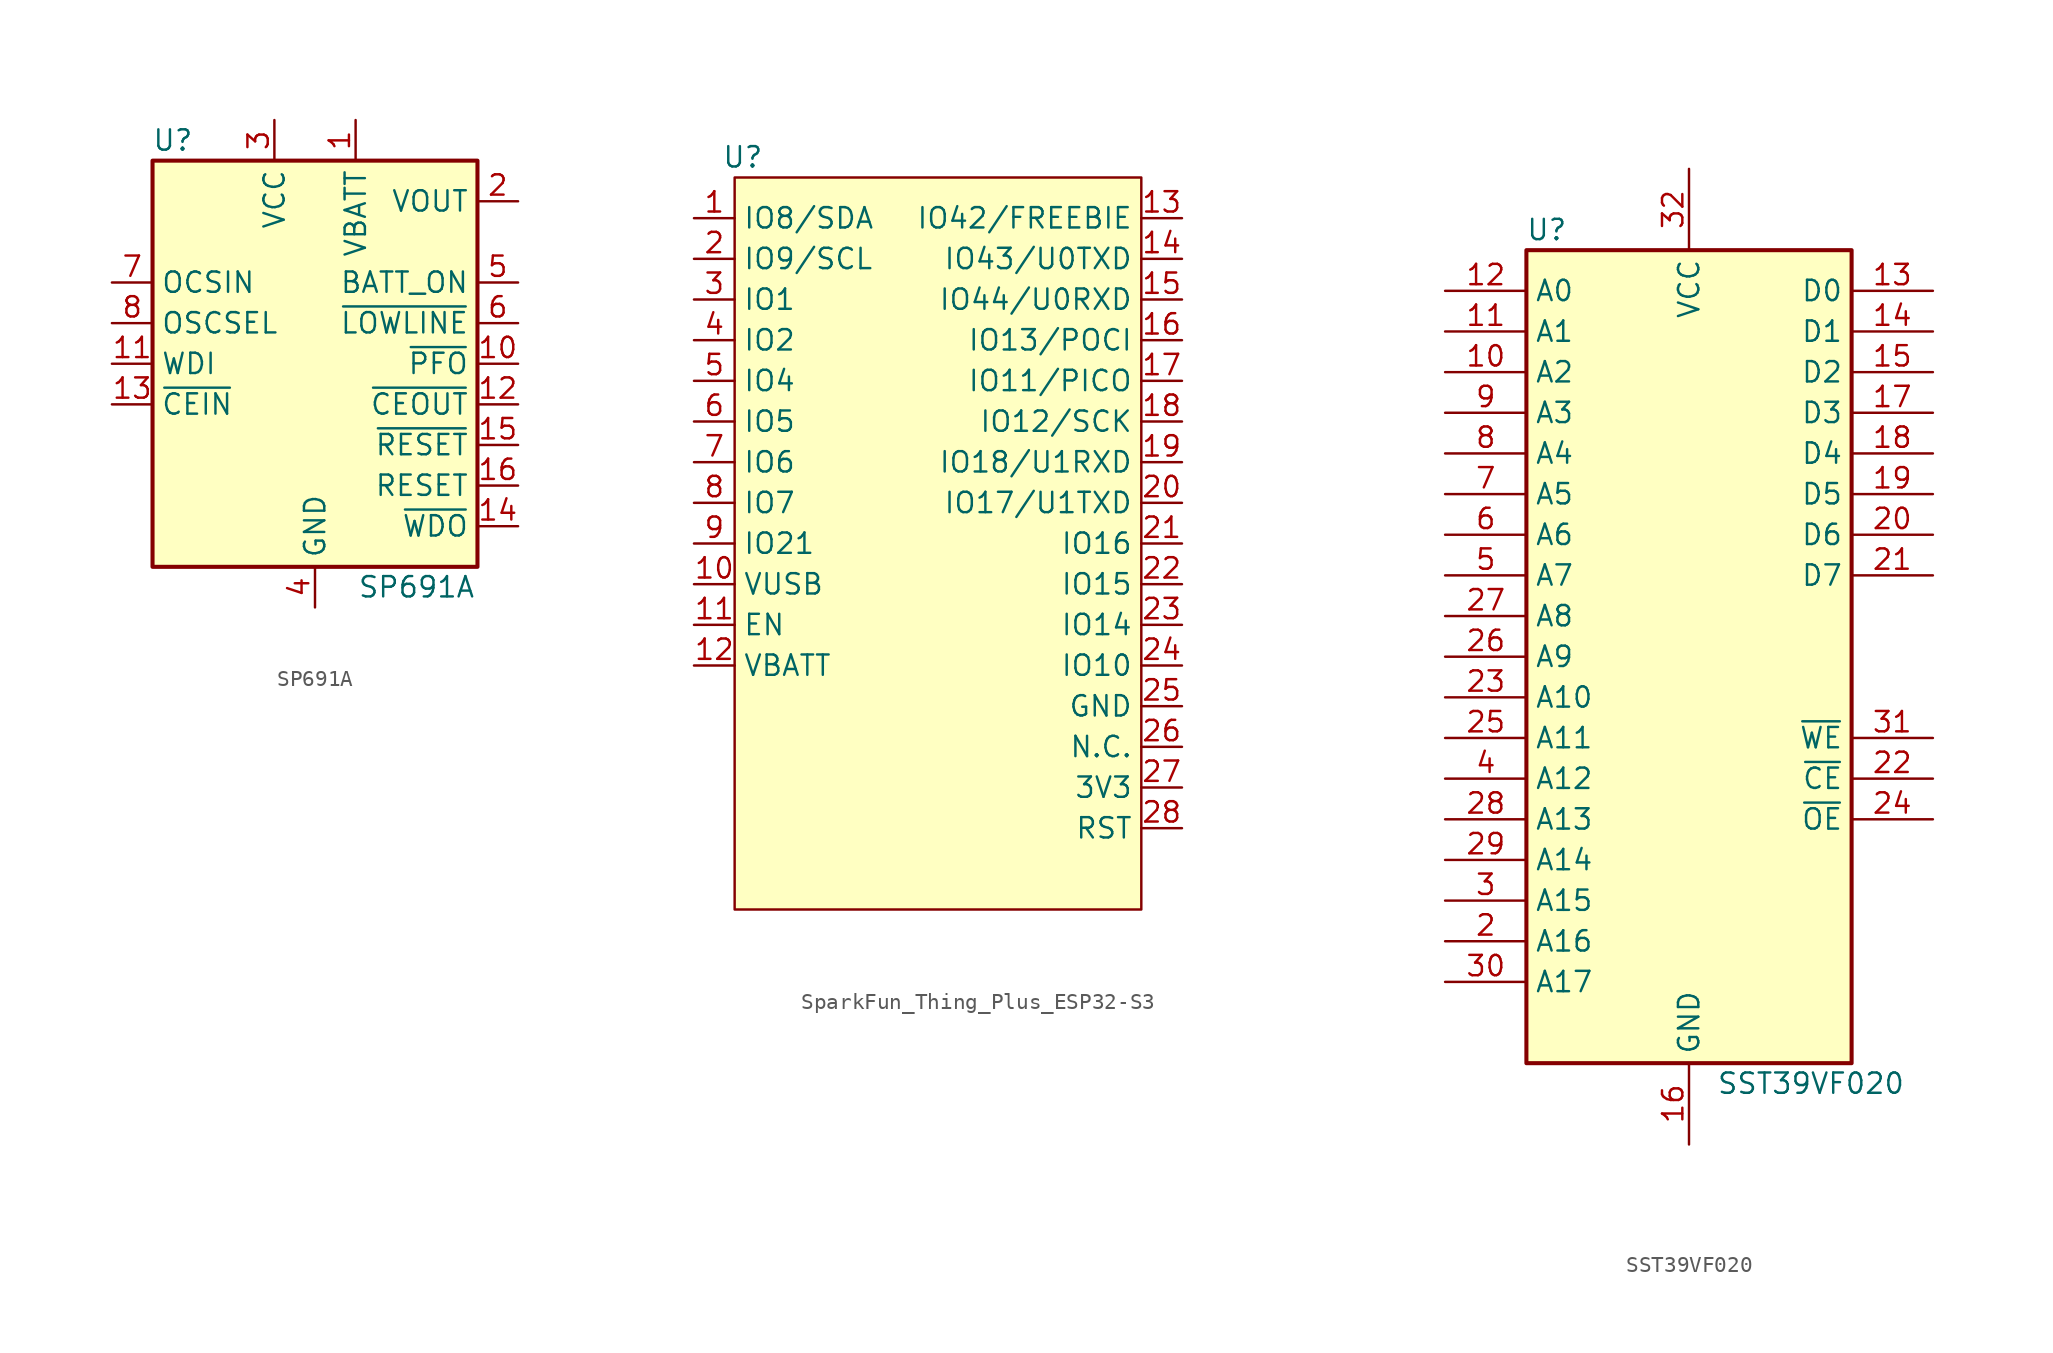
<source format=kicad_sym>
(kicad_symbol_lib
  (version 20231120)
  (generator "kicad_symbol_editor")
  (generator_version "8.0")
  (symbol "SP691A"
    (property "Reference" "U"
      (at -8.89 13.97 0)
      (effects (font (size 1.27 1.27))))
    (property "Value" "SP691A"
      (at 6.35 -13.97 0)
      (effects (font (size 1.27 1.27))))
    (symbol "SP691A_1_1"
      (rectangle (start -10.16 -12.7) (end 10.16 12.7) (stroke (width 0.254) (type default)) (fill (type background)))
      (pin power_in line (at 2.54 15.24 270) (length 2.54) (name "VBATT" (effects (font (size 1.27 1.27)))) (number "1" (effects (font (size 1.27 1.27)))))
      (pin output line (at 12.7 0 180) (length 2.54) (name "~{PFO}" (effects (font (size 1.27 1.27)))) (number "10" (effects (font (size 1.27 1.27)))))
      (pin input line (at -12.7 0 0) (length 2.54) (name "WDI" (effects (font (size 1.27 1.27)))) (number "11" (effects (font (size 1.27 1.27)))))
      (pin output line (at 12.7 -2.54 180) (length 2.54) (name "~{CEOUT}" (effects (font (size 1.27 1.27)))) (number "12" (effects (font (size 1.27 1.27)))))
      (pin input line (at -12.7 -2.54 0) (length 2.54) (name "~{CEIN}" (effects (font (size 1.27 1.27)))) (number "13" (effects (font (size 1.27 1.27)))))
      (pin output line (at 12.7 -10.16 180) (length 2.54) (name "~{WDO}" (effects (font (size 1.27 1.27)))) (number "14" (effects (font (size 1.27 1.27)))))
      (pin output line (at 12.7 -5.08 180) (length 2.54) (name "~{RESET}" (effects (font (size 1.27 1.27)))) (number "15" (effects (font (size 1.27 1.27)))))
      (pin open_collector line (at 12.7 -7.62 180) (length 2.54) (name "RESET" (effects (font (size 1.27 1.27)))) (number "16" (effects (font (size 1.27 1.27)))))
      (pin power_out line (at 12.7 10.16 180) (length 2.54) (name "VOUT" (effects (font (size 1.27 1.27)))) (number "2" (effects (font (size 1.27 1.27)))))
      (pin power_in line (at -2.54 15.24 270) (length 2.54) (name "VCC" (effects (font (size 1.27 1.27)))) (number "3" (effects (font (size 1.27 1.27)))))
      (pin power_in line (at 0 -15.24 90) (length 2.54) (name "GND" (effects (font (size 1.27 1.27)))) (number "4" (effects (font (size 1.27 1.27)))))
      (pin output line (at 12.7 5.08 180) (length 2.54) (name "BATT_ON" (effects (font (size 1.27 1.27)))) (number "5" (effects (font (size 1.27 1.27)))))
      (pin output line (at 12.7 2.54 180) (length 2.54) (name "~{LOWLINE}" (effects (font (size 1.27 1.27)))) (number "6" (effects (font (size 1.27 1.27)))))
      (pin input line (at -12.7 5.08 0) (length 2.54) (name "OCSIN" (effects (font (size 1.27 1.27)))) (number "7" (effects (font (size 1.27 1.27)))))
      (pin input line (at -12.7 2.54 0) (length 2.54) (name "OSCSEL" (effects (font (size 1.27 1.27)))) (number "8" (effects (font (size 1.27 1.27)))))))
  (symbol "SparkFun_Thing_Plus_ESP32-S3"
    (property "Reference" "U"
      (at -12.192 24.13 0)
      (effects (font (size 1.27 1.27))))
    (property "Value" ""
      (at 20.32 11.43 0)
      (effects (font (size 1.27 1.27))))
    (symbol "SparkFun_Thing_Plus_ESP32-S3_1_1"
      (rectangle (start -12.7 22.86) (end 12.7 -22.86) (stroke (width 0) (type default)) (fill (type background)))
      (pin bidirectional line (at -15.24 20.32 0) (length 2.54) (name "IO8/SDA" (effects (font (size 1.27 1.27)))) (number "1" (effects (font (size 1.27 1.27)))))
      (pin power_out line (at -15.24 -2.54 0) (length 2.54) (name "VUSB" (effects (font (size 1.27 1.27)))) (number "10" (effects (font (size 1.27 1.27)))))
      (pin input line (at -15.24 -5.08 0) (length 2.54) (name "EN" (effects (font (size 1.27 1.27)))) (number "11" (effects (font (size 1.27 1.27)))))
      (pin power_in line (at -15.24 -7.62 0) (length 2.54) (name "VBATT" (effects (font (size 1.27 1.27)))) (number "12" (effects (font (size 1.27 1.27)))))
      (pin bidirectional line (at 15.24 20.32 180) (length 2.54) (name "IO42/FREEBIE" (effects (font (size 1.27 1.27)))) (number "13" (effects (font (size 1.27 1.27)))))
      (pin bidirectional line (at 15.24 17.78 180) (length 2.54) (name "IO43/U0TXD" (effects (font (size 1.27 1.27)))) (number "14" (effects (font (size 1.27 1.27)))))
      (pin bidirectional line (at 15.24 15.24 180) (length 2.54) (name "IO44/U0RXD" (effects (font (size 1.27 1.27)))) (number "15" (effects (font (size 1.27 1.27)))))
      (pin bidirectional line (at 15.24 12.7 180) (length 2.54) (name "IO13/POCI" (effects (font (size 1.27 1.27)))) (number "16" (effects (font (size 1.27 1.27)))))
      (pin bidirectional line (at 15.24 10.16 180) (length 2.54) (name "IO11/PICO" (effects (font (size 1.27 1.27)))) (number "17" (effects (font (size 1.27 1.27)))))
      (pin bidirectional line (at 15.24 7.62 180) (length 2.54) (name "IO12/SCK" (effects (font (size 1.27 1.27)))) (number "18" (effects (font (size 1.27 1.27)))))
      (pin bidirectional line (at 15.24 5.08 180) (length 2.54) (name "IO18/U1RXD" (effects (font (size 1.27 1.27)))) (number "19" (effects (font (size 1.27 1.27)))))
      (pin bidirectional line (at -15.24 17.78 0) (length 2.54) (name "IO9/SCL" (effects (font (size 1.27 1.27)))) (number "2" (effects (font (size 1.27 1.27)))))
      (pin bidirectional line (at 15.24 2.54 180) (length 2.54) (name "IO17/U1TXD" (effects (font (size 1.27 1.27)))) (number "20" (effects (font (size 1.27 1.27)))))
      (pin bidirectional line (at 15.24 0 180) (length 2.54) (name "IO16" (effects (font (size 1.27 1.27)))) (number "21" (effects (font (size 1.27 1.27)))))
      (pin bidirectional line (at 15.24 -2.54 180) (length 2.54) (name "IO15" (effects (font (size 1.27 1.27)))) (number "22" (effects (font (size 1.27 1.27)))))
      (pin bidirectional line (at 15.24 -5.08 180) (length 2.54) (name "IO14" (effects (font (size 1.27 1.27)))) (number "23" (effects (font (size 1.27 1.27)))))
      (pin bidirectional line (at 15.24 -7.62 180) (length 2.54) (name "IO10" (effects (font (size 1.27 1.27)))) (number "24" (effects (font (size 1.27 1.27)))))
      (pin power_out line (at 15.24 -10.16 180) (length 2.54) (name "GND" (effects (font (size 1.27 1.27)))) (number "25" (effects (font (size 1.27 1.27)))))
      (pin passive line (at 15.24 -12.7 180) (length 2.54) (name "N.C." (effects (font (size 1.27 1.27)))) (number "26" (effects (font (size 1.27 1.27)))))
      (pin power_out line (at 15.24 -15.24 180) (length 2.54) (name "3V3" (effects (font (size 1.27 1.27)))) (number "27" (effects (font (size 1.27 1.27)))))
      (pin input line (at 15.24 -17.78 180) (length 2.54) (name "RST" (effects (font (size 1.27 1.27)))) (number "28" (effects (font (size 1.27 1.27)))))
      (pin bidirectional line (at -15.24 15.24 0) (length 2.54) (name "IO1" (effects (font (size 1.27 1.27)))) (number "3" (effects (font (size 1.27 1.27)))))
      (pin bidirectional line (at -15.24 12.7 0) (length 2.54) (name "IO2" (effects (font (size 1.27 1.27)))) (number "4" (effects (font (size 1.27 1.27)))))
      (pin bidirectional line (at -15.24 10.16 0) (length 2.54) (name "IO4" (effects (font (size 1.27 1.27)))) (number "5" (effects (font (size 1.27 1.27)))))
      (pin bidirectional line (at -15.24 7.62 0) (length 2.54) (name "IO5" (effects (font (size 1.27 1.27)))) (number "6" (effects (font (size 1.27 1.27)))))
      (pin bidirectional line (at -15.24 5.08 0) (length 2.54) (name "IO6" (effects (font (size 1.27 1.27)))) (number "7" (effects (font (size 1.27 1.27)))))
      (pin bidirectional line (at -15.24 2.54 0) (length 2.54) (name "IO7" (effects (font (size 1.27 1.27)))) (number "8" (effects (font (size 1.27 1.27)))))
      (pin bidirectional line (at -15.24 0 0) (length 2.54) (name "IO21" (effects (font (size 1.27 1.27)))) (number "9" (effects (font (size 1.27 1.27)))))))
  (symbol "SST39VF020"
    (property "Reference" "U"
      (at -8.89 26.67 0)
      (effects (font (size 1.27 1.27))))
    (property "Value" "SST39VF020"
      (at 7.62 -26.67 0)
      (effects (font (size 1.27 1.27))))
    (symbol "SST39VF020_0_0"
      (pin power_in line (at 0 -30.48 90) (length 5.08) (name "GND" (effects (font (size 1.27 1.27)))) (number "16" (effects (font (size 1.27 1.27)))))
      (pin power_in line (at 0 30.48 270) (length 5.08) (name "VCC" (effects (font (size 1.27 1.27)))) (number "32" (effects (font (size 1.27 1.27))))))
    (symbol "SST39VF020_0_1"
      (rectangle (start -10.16 25.4) (end 10.16 -25.4) (stroke (width 0.254) (type default)) (fill (type background))))
    (symbol "SST39VF020_1_1"
      (pin no_connect line (at -15.24 -22.86 0) (length 5.08) hide (name "NC" (effects (font (size 1.27 1.27)))) (number "1" (effects (font (size 1.27 1.27)))))
      (pin input line (at -15.24 17.78 0) (length 5.08) (name "A2" (effects (font (size 1.27 1.27)))) (number "10" (effects (font (size 1.27 1.27)))))
      (pin input line (at -15.24 20.32 0) (length 5.08) (name "A1" (effects (font (size 1.27 1.27)))) (number "11" (effects (font (size 1.27 1.27)))))
      (pin input line (at -15.24 22.86 0) (length 5.08) (name "A0" (effects (font (size 1.27 1.27)))) (number "12" (effects (font (size 1.27 1.27)))))
      (pin tri_state line (at 15.24 22.86 180) (length 5.08) (name "D0" (effects (font (size 1.27 1.27)))) (number "13" (effects (font (size 1.27 1.27)))))
      (pin tri_state line (at 15.24 20.32 180) (length 5.08) (name "D1" (effects (font (size 1.27 1.27)))) (number "14" (effects (font (size 1.27 1.27)))))
      (pin tri_state line (at 15.24 17.78 180) (length 5.08) (name "D2" (effects (font (size 1.27 1.27)))) (number "15" (effects (font (size 1.27 1.27)))))
      (pin tri_state line (at 15.24 15.24 180) (length 5.08) (name "D3" (effects (font (size 1.27 1.27)))) (number "17" (effects (font (size 1.27 1.27)))))
      (pin tri_state line (at 15.24 12.7 180) (length 5.08) (name "D4" (effects (font (size 1.27 1.27)))) (number "18" (effects (font (size 1.27 1.27)))))
      (pin tri_state line (at 15.24 10.16 180) (length 5.08) (name "D5" (effects (font (size 1.27 1.27)))) (number "19" (effects (font (size 1.27 1.27)))))
      (pin input line (at -15.24 -17.78 0) (length 5.08) (name "A16" (effects (font (size 1.27 1.27)))) (number "2" (effects (font (size 1.27 1.27)))))
      (pin tri_state line (at 15.24 7.62 180) (length 5.08) (name "D6" (effects (font (size 1.27 1.27)))) (number "20" (effects (font (size 1.27 1.27)))))
      (pin tri_state line (at 15.24 5.08 180) (length 5.08) (name "D7" (effects (font (size 1.27 1.27)))) (number "21" (effects (font (size 1.27 1.27)))))
      (pin input line (at 15.24 -7.62 180) (length 5.08) (name "~{CE}" (effects (font (size 1.27 1.27)))) (number "22" (effects (font (size 1.27 1.27)))))
      (pin input line (at -15.24 -2.54 0) (length 5.08) (name "A10" (effects (font (size 1.27 1.27)))) (number "23" (effects (font (size 1.27 1.27)))))
      (pin input line (at 15.24 -10.16 180) (length 5.08) (name "~{OE}" (effects (font (size 1.27 1.27)))) (number "24" (effects (font (size 1.27 1.27)))))
      (pin input line (at -15.24 -5.08 0) (length 5.08) (name "A11" (effects (font (size 1.27 1.27)))) (number "25" (effects (font (size 1.27 1.27)))))
      (pin input line (at -15.24 0 0) (length 5.08) (name "A9" (effects (font (size 1.27 1.27)))) (number "26" (effects (font (size 1.27 1.27)))))
      (pin input line (at -15.24 2.54 0) (length 5.08) (name "A8" (effects (font (size 1.27 1.27)))) (number "27" (effects (font (size 1.27 1.27)))))
      (pin input line (at -15.24 -10.16 0) (length 5.08) (name "A13" (effects (font (size 1.27 1.27)))) (number "28" (effects (font (size 1.27 1.27)))))
      (pin input line (at -15.24 -12.7 0) (length 5.08) (name "A14" (effects (font (size 1.27 1.27)))) (number "29" (effects (font (size 1.27 1.27)))))
      (pin input line (at -15.24 -15.24 0) (length 5.08) (name "A15" (effects (font (size 1.27 1.27)))) (number "3" (effects (font (size 1.27 1.27)))))
      (pin input line (at -15.24 -20.32 0) (length 5.08) (name "A17" (effects (font (size 1.27 1.27)))) (number "30" (effects (font (size 1.27 1.27)))))
      (pin input line (at 15.24 -5.08 180) (length 5.08) (name "~{WE}" (effects (font (size 1.27 1.27)))) (number "31" (effects (font (size 1.27 1.27)))))
      (pin input line (at -15.24 -7.62 0) (length 5.08) (name "A12" (effects (font (size 1.27 1.27)))) (number "4" (effects (font (size 1.27 1.27)))))
      (pin input line (at -15.24 5.08 0) (length 5.08) (name "A7" (effects (font (size 1.27 1.27)))) (number "5" (effects (font (size 1.27 1.27)))))
      (pin input line (at -15.24 7.62 0) (length 5.08) (name "A6" (effects (font (size 1.27 1.27)))) (number "6" (effects (font (size 1.27 1.27)))))
      (pin input line (at -15.24 10.16 0) (length 5.08) (name "A5" (effects (font (size 1.27 1.27)))) (number "7" (effects (font (size 1.27 1.27)))))
      (pin input line (at -15.24 12.7 0) (length 5.08) (name "A4" (effects (font (size 1.27 1.27)))) (number "8" (effects (font (size 1.27 1.27)))))
      (pin input line (at -15.24 15.24 0) (length 5.08) (name "A3" (effects (font (size 1.27 1.27)))) (number "9" (effects (font (size 1.27 1.27))))))))
</source>
